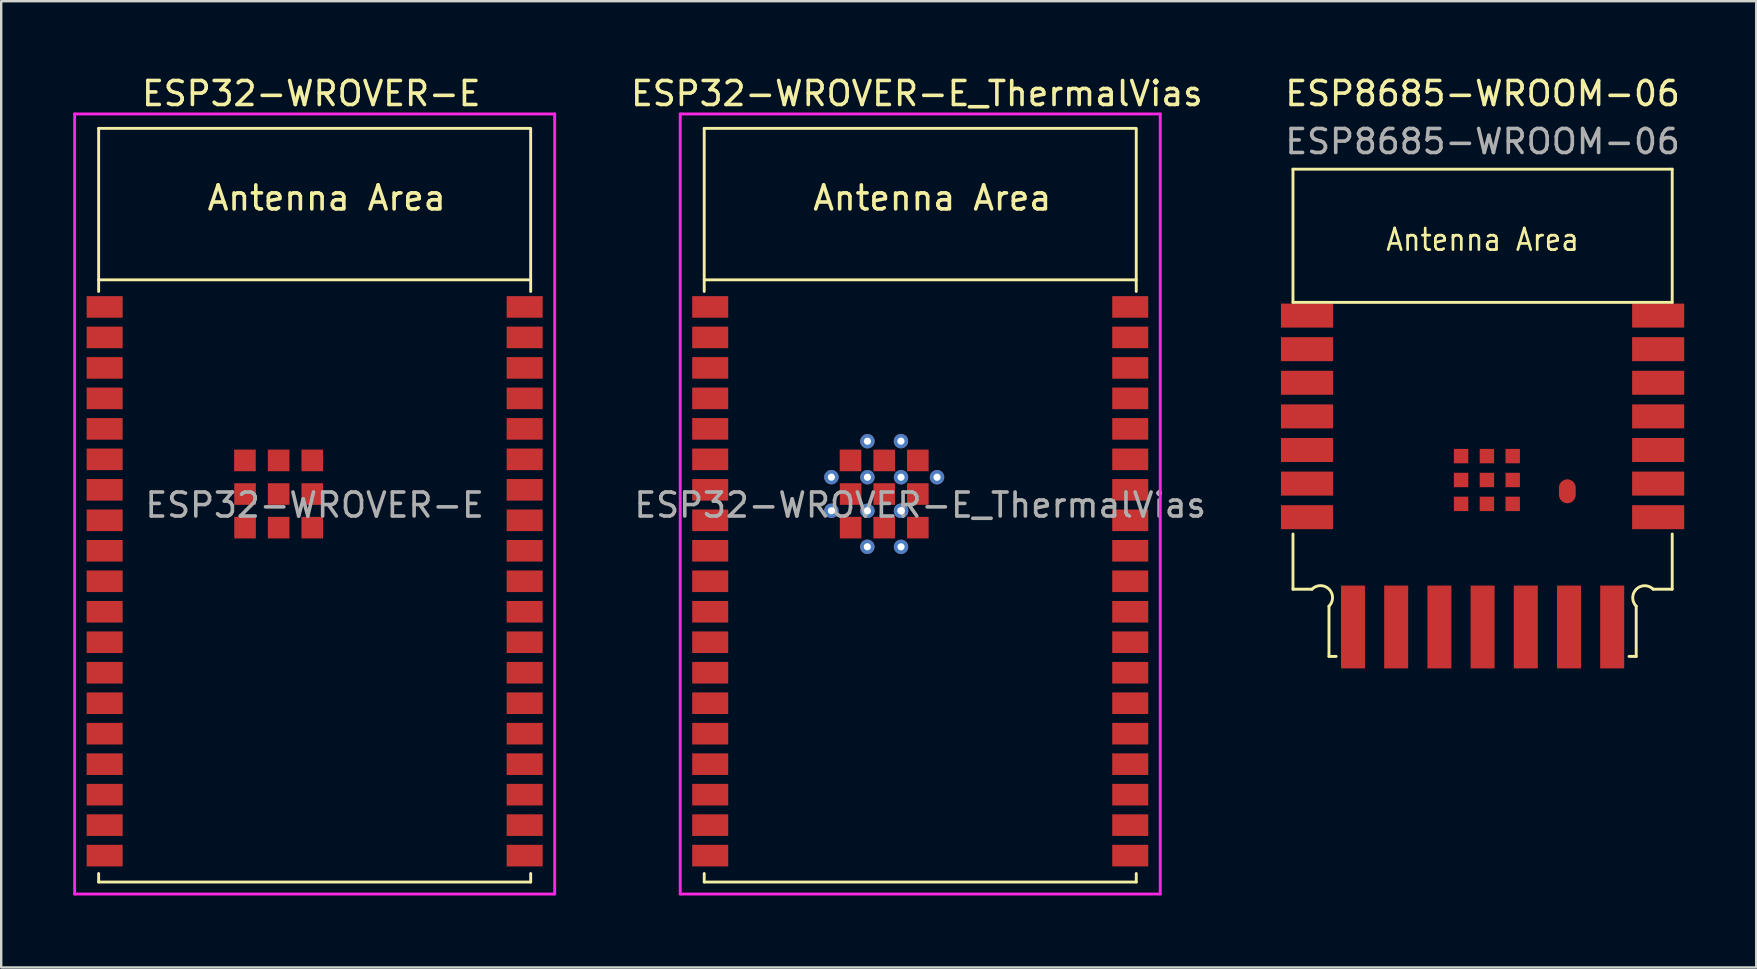
<source format=kicad_pcb>
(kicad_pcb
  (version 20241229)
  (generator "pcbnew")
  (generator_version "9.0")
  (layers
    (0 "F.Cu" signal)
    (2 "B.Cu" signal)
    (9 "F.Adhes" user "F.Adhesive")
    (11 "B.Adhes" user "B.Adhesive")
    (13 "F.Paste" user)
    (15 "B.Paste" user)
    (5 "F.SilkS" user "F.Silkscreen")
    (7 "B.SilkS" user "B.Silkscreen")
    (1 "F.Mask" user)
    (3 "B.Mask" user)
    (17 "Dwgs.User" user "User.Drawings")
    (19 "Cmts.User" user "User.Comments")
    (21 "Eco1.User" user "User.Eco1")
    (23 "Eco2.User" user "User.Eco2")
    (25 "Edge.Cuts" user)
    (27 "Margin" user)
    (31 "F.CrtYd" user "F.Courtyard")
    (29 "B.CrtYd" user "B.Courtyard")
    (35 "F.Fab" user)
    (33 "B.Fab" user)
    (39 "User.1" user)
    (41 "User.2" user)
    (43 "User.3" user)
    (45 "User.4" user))
  (footprint "ESP8685-WROOM-06"
    (layer "F.Cu")
    (at 58.72 14.148)
    (property "Reference" "ESP8685-WROOM-06" (at 0 -13.3 0) (unlocked yes) (layer "F.SilkS") (effects (font (size 1 1) (thickness 0.15))))
    (attr smd)
    (fp_line (start -7.9 -10.15) (end 7.9 -10.15) (stroke (width 0.12) (type solid)) (layer "F.SilkS"))
    (fp_line (start -7.9 7.35) (end -7.9 5.05) (stroke (width 0.12) (type solid)) (layer "F.SilkS"))
    (fp_line (start -7.9 -4.6) (end -7.9 -10.15) (stroke (width 0.12) (type solid)) (layer "F.SilkS"))
    (fp_line (start -7.9 -4.6) (end 7.9 -4.6) (stroke (width 0.12) (type default)) (layer "F.SilkS"))
    (fp_line (start -7.107 7.35) (end -7.9 7.35) (stroke (width 0.12) (type solid)) (layer "F.SilkS"))
    (fp_line (start -6.4 10.15) (end -6.4 8.057) (stroke (width 0.12) (type solid)) (layer "F.SilkS"))
    (fp_line (start -6.1 10.15) (end -6.4 10.15) (stroke (width 0.12) (type solid)) (layer "F.SilkS"))
    (fp_line (start 6.4 10.15) (end 6.1 10.15) (stroke (width 0.12) (type solid)) (layer "F.SilkS"))
    (fp_line (start 6.4 10.15) (end 6.4 8.057) (stroke (width 0.12) (type solid)) (layer "F.SilkS"))
    (fp_line (start 7.9 -4.6) (end 7.9 -10.15) (stroke (width 0.12) (type solid)) (layer "F.SilkS"))
    (fp_line (start 7.9 7.35) (end 7.107 7.35) (stroke (width 0.12) (type solid)) (layer "F.SilkS"))
    (fp_line (start 7.9 7.35) (end 7.9 5.05) (stroke (width 0.12) (type solid)) (layer "F.SilkS"))
    (fp_arc (start -7.107105 7.349993) (mid -6.399996 7.349991) (end -6.399998 8.0571) (stroke (width 0.12) (type solid)) (layer "F.SilkS"))
    (fp_arc (start 6.400002 8.0571) (mid 6.400002 7.349993) (end 7.107109 7.349993) (stroke (width 0.12) (type solid)) (layer "F.SilkS"))
    (fp_text user "Antenna Area" (at 0 -7.21 0) (layer "F.SilkS") (effects (font (size 0.9 0.81) (thickness 0.113))))
    (fp_text user "${REFERENCE}" (at 0 -11.3 0) (unlocked yes) (layer "F.Fab") (effects (font (size 1 1) (thickness 0.15))))
    (pad "1" smd rect (at -7.315 -4.05) (size 2.17 1) (layers "F.Cu" "F.Mask" "F.Paste"))
    (pad "2" smd rect (at -7.315 -2.65) (size 2.17 1) (layers "F.Cu" "F.Mask" "F.Paste"))
    (pad "3" smd rect (at -7.315 -1.25) (size 2.17 1) (layers "F.Cu" "F.Mask" "F.Paste"))
    (pad "4" smd rect (at -7.315 0.15) (size 2.17 1) (layers "F.Cu" "F.Mask" "F.Paste"))
    (pad "5" smd rect (at -7.315 1.55) (size 2.17 1) (layers "F.Cu" "F.Mask" "F.Paste"))
    (pad "6" smd rect (at -7.315 2.95) (size 2.17 1) (layers "F.Cu" "F.Mask" "F.Paste"))
    (pad "7" smd rect (at -7.315 4.35) (size 2.17 1) (layers "F.Cu" "F.Mask" "F.Paste"))
    (pad "8" smd rect (at -5.4 8.925) (size 1 3.45) (layers "F.Cu" "F.Mask" "F.Paste"))
    (pad "9" smd rect (at -3.6 8.925) (size 1 3.45) (layers "F.Cu" "F.Mask" "F.Paste"))
    (pad "10" smd rect (at -1.8 8.925) (size 1 3.45) (layers "F.Cu" "F.Mask" "F.Paste"))
    (pad "11" smd rect (at 0 8.925) (size 1 3.45) (layers "F.Cu" "F.Mask" "F.Paste"))
    (pad "12" smd rect (at 1.8 8.925) (size 1 3.45) (layers "F.Cu" "F.Mask" "F.Paste"))
    (pad "13" smd rect (at 3.6 8.925) (size 1 3.45) (layers "F.Cu" "F.Mask" "F.Paste"))
    (pad "14" smd rect (at 5.4 8.925) (size 1 3.45) (layers "F.Cu" "F.Mask" "F.Paste"))
    (pad "15" smd rect (at 7.315 4.35) (size 2.17 1) (layers "F.Cu" "F.Mask" "F.Paste"))
    (pad "16" smd rect (at 7.315 2.95) (size 2.17 1) (layers "F.Cu" "F.Mask" "F.Paste"))
    (pad "17" smd rect (at 7.315 1.55) (size 2.17 1) (layers "F.Cu" "F.Mask" "F.Paste"))
    (pad "18" smd rect (at 7.315 0.15) (size 2.17 1) (layers "F.Cu" "F.Mask" "F.Paste"))
    (pad "19" smd rect (at 7.315 -1.25) (size 2.17 1) (layers "F.Cu" "F.Mask" "F.Paste"))
    (pad "20" smd roundrect (at 3.53 3.27) (size 0.7 1) (layers "F.Cu" "F.Mask" "F.Paste") (roundrect_rratio 0.5))
    (pad "20" smd rect (at 7.315 -2.65) (size 2.17 1) (layers "F.Cu" "F.Mask" "F.Paste"))
    (pad "21" smd rect (at 7.315 -4.05) (size 2.17 1) (layers "F.Cu" "F.Mask" "F.Paste"))
    (pad "22" smd rect (at -0.895 1.805) (size 0.6 0.6) (layers "F.Cu" "F.Mask" "F.Paste"))
    (pad "22" smd rect (at -0.895 2.8) (size 0.6 0.6) (layers "F.Cu" "F.Mask" "F.Paste"))
    (pad "22" smd rect (at -0.895 3.795) (size 0.6 0.6) (layers "F.Cu" "F.Mask" "F.Paste"))
    (pad "22" smd rect (at 0.18 1.805) (size 0.6 0.6) (layers "F.Cu" "F.Mask" "F.Paste"))
    (pad "22" smd rect (at 0.18 2.8) (size 0.6 0.6) (layers "F.Cu" "F.Mask" "F.Paste"))
    (pad "22" smd rect (at 0.18 3.795) (size 0.6 0.6) (layers "F.Cu" "F.Mask" "F.Paste"))
    (pad "22" smd rect (at 1.255 1.805) (size 0.6 0.6) (layers "F.Cu" "F.Mask" "F.Paste"))
    (pad "22" smd rect (at 1.255 2.8) (size 0.6 0.6) (layers "F.Cu" "F.Mask" "F.Paste"))
    (pad "22" smd rect (at 1.255 3.795) (size 0.6 0.6) (layers "F.Cu" "F.Mask" "F.Paste")))
  (footprint "ESP32-WROVER-E"
    (layer "F.Cu")
    (at 10.06 17.993)
    (property "Reference" "ESP32-WROVER-E" (at -0.14 -17.145 0) (layer "F.SilkS") (effects (font (size 1 1) (thickness 0.15))))
    (attr smd)
    (fp_line (start -9 -15.695) (end -9 -8.9) (stroke (width 0.12) (type solid)) (layer "F.SilkS"))
    (fp_line (start -9 -9.385) (end 9 -9.385) (stroke (width 0.12) (type solid)) (layer "F.SilkS"))
    (fp_line (start -9 15.705) (end -9 15.35) (stroke (width 0.12) (type solid)) (layer "F.SilkS"))
    (fp_line (start -9 15.705) (end 9 15.705) (stroke (width 0.12) (type solid)) (layer "F.SilkS"))
    (fp_line (start 9 -15.695) (end -9 -15.695) (stroke (width 0.12) (type solid)) (layer "F.SilkS"))
    (fp_line (start 9 -15.65) (end 9 -8.9) (stroke (width 0.12) (type solid)) (layer "F.SilkS"))
    (fp_line (start 9 15.705) (end 9 15.35) (stroke (width 0.12) (type solid)) (layer "F.SilkS"))
    (fp_line (start -9 -15.695) (end -9 15.705) (stroke (width 0.12) (type solid)) (layer "Eco2.User"))
    (fp_line (start -9 -9.385) (end 9 -9.385) (stroke (width 0.12) (type solid)) (layer "Eco2.User"))
    (fp_line (start -9 15.705) (end 9 15.705) (stroke (width 0.12) (type solid)) (layer "Eco2.User"))
    (fp_line (start 9 -15.695) (end -9 -15.695) (stroke (width 0.12) (type solid)) (layer "Eco2.User"))
    (fp_line (start 9 15.705) (end 9 -15.695) (stroke (width 0.12) (type solid)) (layer "Eco2.User"))
    (fp_line (start -10 -16.295) (end 10 -16.295) (stroke (width 0.12) (type solid)) (layer "F.CrtYd"))
    (fp_line (start -10 16.205) (end -10 -16.295) (stroke (width 0.12) (type solid)) (layer "F.CrtYd"))
    (fp_line (start 10 -16.295) (end 10 16.205) (stroke (width 0.12) (type solid)) (layer "F.CrtYd"))
    (fp_line (start 10 16.205) (end -10 16.205) (stroke (width 0.12) (type solid)) (layer "F.CrtYd"))
    (fp_text user "Antenna Area" (at 0.5 -12.795 0) (unlocked yes) (layer "F.SilkS") (effects (font (size 1 1) (thickness 0.15))))
    (fp_text user "${REFERENCE}" (at 0 0 0) (layer "F.Fab") (effects (font (size 1 1) (thickness 0.15))))
    (pad "1" smd rect (at -8.75 -8.255) (size 1.5 0.9) (layers "F.Cu" "F.Mask" "F.Paste"))
    (pad "2" smd rect (at -8.75 -6.985) (size 1.5 0.9) (layers "F.Cu" "F.Mask" "F.Paste"))
    (pad "3" smd rect (at -8.75 -5.715) (size 1.5 0.9) (layers "F.Cu" "F.Mask" "F.Paste"))
    (pad "4" smd rect (at -8.75 -4.445) (size 1.5 0.9) (layers "F.Cu" "F.Mask" "F.Paste"))
    (pad "5" smd rect (at -8.75 -3.175) (size 1.5 0.9) (layers "F.Cu" "F.Mask" "F.Paste"))
    (pad "6" smd rect (at -8.75 -1.905) (size 1.5 0.9) (layers "F.Cu" "F.Mask" "F.Paste"))
    (pad "7" smd rect (at -8.75 -0.635) (size 1.5 0.9) (layers "F.Cu" "F.Mask" "F.Paste"))
    (pad "8" smd rect (at -8.75 0.635) (size 1.5 0.9) (layers "F.Cu" "F.Mask" "F.Paste"))
    (pad "9" smd rect (at -8.75 1.905) (size 1.5 0.9) (layers "F.Cu" "F.Mask" "F.Paste"))
    (pad "10" smd rect (at -8.75 3.175) (size 1.5 0.9) (layers "F.Cu" "F.Mask" "F.Paste"))
    (pad "11" smd rect (at -8.75 4.445) (size 1.5 0.9) (layers "F.Cu" "F.Mask" "F.Paste"))
    (pad "12" smd rect (at -8.75 5.715) (size 1.5 0.9) (layers "F.Cu" "F.Mask" "F.Paste"))
    (pad "13" smd rect (at -8.75 6.985) (size 1.5 0.9) (layers "F.Cu" "F.Mask" "F.Paste"))
    (pad "14" smd rect (at -8.75 8.255) (size 1.5 0.9) (layers "F.Cu" "F.Mask" "F.Paste"))
    (pad "15" smd rect (at -8.75 9.525) (size 1.5 0.9) (layers "F.Cu" "F.Mask" "F.Paste"))
    (pad "16" smd rect (at -8.75 10.795) (size 1.5 0.9) (layers "F.Cu" "F.Mask" "F.Paste"))
    (pad "17" smd rect (at -8.75 12.065) (size 1.5 0.9) (layers "F.Cu" "F.Mask" "F.Paste"))
    (pad "18" smd rect (at -8.75 13.335) (size 1.5 0.9) (layers "F.Cu" "F.Mask" "F.Paste"))
    (pad "19" smd rect (at -8.75 14.605) (size 1.5 0.9) (layers "F.Cu" "F.Mask" "F.Paste"))
    (pad "20" smd rect (at 8.75 14.605) (size 1.5 0.9) (layers "F.Cu" "F.Mask" "F.Paste"))
    (pad "21" smd rect (at 8.75 13.335) (size 1.5 0.9) (layers "F.Cu" "F.Mask" "F.Paste"))
    (pad "22" smd rect (at 8.75 12.065) (size 1.5 0.9) (layers "F.Cu" "F.Mask" "F.Paste"))
    (pad "23" smd rect (at 8.75 10.795) (size 1.5 0.9) (layers "F.Cu" "F.Mask" "F.Paste"))
    (pad "24" smd rect (at 8.75 9.525) (size 1.5 0.9) (layers "F.Cu" "F.Mask" "F.Paste"))
    (pad "25" smd rect (at 8.75 8.255) (size 1.5 0.9) (layers "F.Cu" "F.Mask" "F.Paste"))
    (pad "26" smd rect (at 8.75 6.985) (size 1.5 0.9) (layers "F.Cu" "F.Mask" "F.Paste"))
    (pad "27" smd rect (at 8.75 5.715) (size 1.5 0.9) (layers "F.Cu" "F.Mask" "F.Paste"))
    (pad "28" smd rect (at 8.75 4.445) (size 1.5 0.9) (layers "F.Cu" "F.Mask" "F.Paste"))
    (pad "29" smd rect (at 8.75 3.175) (size 1.5 0.9) (layers "F.Cu" "F.Mask" "F.Paste"))
    (pad "30" smd rect (at 8.75 1.905) (size 1.5 0.9) (layers "F.Cu" "F.Mask" "F.Paste"))
    (pad "31" smd rect (at 8.75 0.635) (size 1.5 0.9) (layers "F.Cu" "F.Mask" "F.Paste"))
    (pad "32" smd rect (at 8.75 -0.635) (size 1.5 0.9) (layers "F.Cu" "F.Mask" "F.Paste"))
    (pad "33" smd rect (at 8.75 -1.905) (size 1.5 0.9) (layers "F.Cu" "F.Mask" "F.Paste"))
    (pad "34" smd rect (at 8.75 -3.175) (size 1.5 0.9) (layers "F.Cu" "F.Mask" "F.Paste"))
    (pad "35" smd rect (at 8.75 -4.445) (size 1.5 0.9) (layers "F.Cu" "F.Mask" "F.Paste"))
    (pad "36" smd rect (at 8.75 -5.715) (size 1.5 0.9) (layers "F.Cu" "F.Mask" "F.Paste"))
    (pad "37" smd rect (at 8.75 -6.985) (size 1.5 0.9) (layers "F.Cu" "F.Mask" "F.Paste"))
    (pad "38" smd rect (at 8.75 -8.255) (size 1.5 0.9) (layers "F.Cu" "F.Mask" "F.Paste"))
    (pad "39" smd rect (at -2.905 -1.86) (size 0.9 0.9) (layers "F.Cu" "F.Mask" "F.Paste"))
    (pad "39" smd rect (at -2.9 -0.46) (size 0.9 0.9) (layers "F.Cu" "F.Mask" "F.Paste"))
    (pad "39" smd rect (at -2.9 0.94) (size 0.9 0.9) (layers "F.Cu" "F.Mask" "F.Paste"))
    (pad "39" smd rect (at -1.5 -1.86) (size 0.9 0.9) (layers "F.Cu" "F.Mask" "F.Paste"))
    (pad "39" smd rect (at -1.5 -0.46) (size 0.9 0.9) (layers "F.Cu" "F.Mask" "F.Paste"))
    (pad "39" smd rect (at -1.5 0.94) (size 0.9 0.9) (layers "F.Cu" "F.Mask" "F.Paste"))
    (pad "39" smd rect (at -0.1 -1.86) (size 0.9 0.9) (layers "F.Cu" "F.Mask" "F.Paste"))
    (pad "39" smd rect (at -0.1 -0.46) (size 0.9 0.9) (layers "F.Cu" "F.Mask" "F.Paste"))
    (pad "39" smd rect (at -0.1 0.94) (size 0.9 0.9) (layers "F.Cu" "F.Mask" "F.Paste"))
    (zone (net_name "") (layers "F.Cu" "B.Cu") (name "antenna keepout") (hatch edge 0.508) (connect_pads) (min_thickness 0.254) (filled_areas_thickness no) (keepout (tracks not_allowed) (vias not_allowed) (pads not_allowed) (copperpour not_allowed) (footprints not_allowed)) (placement (enabled no)) (fill) (polygon (pts (xy 19.06 8.598) (xy 1.06 8.598) (xy 1.06 2.298) (xy 19.06 2.298)))))
  (footprint "ESP32-WROVER-E_ThermalVias"
    (layer "F.Cu")
    (at 35.29 17.993)
    (property "Reference" "ESP32-WROVER-E_ThermalVias" (at -0.14 -17.145 0) (layer "F.SilkS") (effects (font (size 1 1) (thickness 0.15))))
    (attr smd)
    (fp_line (start -9 -15.695) (end -9 -8.9) (stroke (width 0.12) (type solid)) (layer "F.SilkS"))
    (fp_line (start -9 -9.385) (end 9 -9.385) (stroke (width 0.12) (type solid)) (layer "F.SilkS"))
    (fp_line (start -9 15.705) (end -9 15.35) (stroke (width 0.12) (type solid)) (layer "F.SilkS"))
    (fp_line (start -9 15.705) (end 9 15.705) (stroke (width 0.12) (type solid)) (layer "F.SilkS"))
    (fp_line (start 9 -15.695) (end -9 -15.695) (stroke (width 0.12) (type solid)) (layer "F.SilkS"))
    (fp_line (start 9 -15.65) (end 9 -8.9) (stroke (width 0.12) (type solid)) (layer "F.SilkS"))
    (fp_line (start 9 15.705) (end 9 15.35) (stroke (width 0.12) (type solid)) (layer "F.SilkS"))
    (fp_line (start -9 -15.695) (end -9 15.705) (stroke (width 0.12) (type solid)) (layer "Eco2.User"))
    (fp_line (start -9 -9.385) (end 9 -9.385) (stroke (width 0.12) (type solid)) (layer "Eco2.User"))
    (fp_line (start -9 15.705) (end 9 15.705) (stroke (width 0.12) (type solid)) (layer "Eco2.User"))
    (fp_line (start 9 -15.695) (end -9 -15.695) (stroke (width 0.12) (type solid)) (layer "Eco2.User"))
    (fp_line (start 9 15.705) (end 9 -15.695) (stroke (width 0.12) (type solid)) (layer "Eco2.User"))
    (fp_line (start -10 -16.295) (end 10 -16.295) (stroke (width 0.12) (type solid)) (layer "F.CrtYd"))
    (fp_line (start -10 16.205) (end -10 -16.295) (stroke (width 0.12) (type solid)) (layer "F.CrtYd"))
    (fp_line (start 10 -16.295) (end 10 16.205) (stroke (width 0.12) (type solid)) (layer "F.CrtYd"))
    (fp_line (start 10 16.205) (end -10 16.205) (stroke (width 0.12) (type solid)) (layer "F.CrtYd"))
    (fp_text user "Antenna Area" (at 0.5 -12.795 0) (unlocked yes) (layer "F.SilkS") (effects (font (size 1 1) (thickness 0.15))))
    (fp_text user "${REFERENCE}" (at 0 0 0) (layer "F.Fab") (effects (font (size 1 1) (thickness 0.15))))
    (pad "1" smd rect (at -8.75 -8.255) (size 1.5 0.9) (layers "F.Cu" "F.Mask" "F.Paste"))
    (pad "2" smd rect (at -8.75 -6.985) (size 1.5 0.9) (layers "F.Cu" "F.Mask" "F.Paste"))
    (pad "3" smd rect (at -8.75 -5.715) (size 1.5 0.9) (layers "F.Cu" "F.Mask" "F.Paste"))
    (pad "4" smd rect (at -8.75 -4.445) (size 1.5 0.9) (layers "F.Cu" "F.Mask" "F.Paste"))
    (pad "5" smd rect (at -8.75 -3.175) (size 1.5 0.9) (layers "F.Cu" "F.Mask" "F.Paste"))
    (pad "6" smd rect (at -8.75 -1.905) (size 1.5 0.9) (layers "F.Cu" "F.Mask" "F.Paste"))
    (pad "7" smd rect (at -8.75 -0.635) (size 1.5 0.9) (layers "F.Cu" "F.Mask" "F.Paste"))
    (pad "8" smd rect (at -8.75 0.635) (size 1.5 0.9) (layers "F.Cu" "F.Mask" "F.Paste"))
    (pad "9" smd rect (at -8.75 1.905) (size 1.5 0.9) (layers "F.Cu" "F.Mask" "F.Paste"))
    (pad "10" smd rect (at -8.75 3.175) (size 1.5 0.9) (layers "F.Cu" "F.Mask" "F.Paste"))
    (pad "11" smd rect (at -8.75 4.445) (size 1.5 0.9) (layers "F.Cu" "F.Mask" "F.Paste"))
    (pad "12" smd rect (at -8.75 5.715) (size 1.5 0.9) (layers "F.Cu" "F.Mask" "F.Paste"))
    (pad "13" smd rect (at -8.75 6.985) (size 1.5 0.9) (layers "F.Cu" "F.Mask" "F.Paste"))
    (pad "14" smd rect (at -8.75 8.255) (size 1.5 0.9) (layers "F.Cu" "F.Mask" "F.Paste"))
    (pad "15" smd rect (at -8.75 9.525) (size 1.5 0.9) (layers "F.Cu" "F.Mask" "F.Paste"))
    (pad "16" smd rect (at -8.75 10.795) (size 1.5 0.9) (layers "F.Cu" "F.Mask" "F.Paste"))
    (pad "17" smd rect (at -8.75 12.065) (size 1.5 0.9) (layers "F.Cu" "F.Mask" "F.Paste"))
    (pad "18" smd rect (at -8.75 13.335) (size 1.5 0.9) (layers "F.Cu" "F.Mask" "F.Paste"))
    (pad "19" smd rect (at -8.75 14.605) (size 1.5 0.9) (layers "F.Cu" "F.Mask" "F.Paste"))
    (pad "20" smd rect (at 8.75 14.605) (size 1.5 0.9) (layers "F.Cu" "F.Mask" "F.Paste"))
    (pad "21" smd rect (at 8.75 13.335) (size 1.5 0.9) (layers "F.Cu" "F.Mask" "F.Paste"))
    (pad "22" smd rect (at 8.75 12.065) (size 1.5 0.9) (layers "F.Cu" "F.Mask" "F.Paste"))
    (pad "23" smd rect (at 8.75 10.795) (size 1.5 0.9) (layers "F.Cu" "F.Mask" "F.Paste"))
    (pad "24" smd rect (at 8.75 9.525) (size 1.5 0.9) (layers "F.Cu" "F.Mask" "F.Paste"))
    (pad "25" smd rect (at 8.75 8.255) (size 1.5 0.9) (layers "F.Cu" "F.Mask" "F.Paste"))
    (pad "26" smd rect (at 8.75 6.985) (size 1.5 0.9) (layers "F.Cu" "F.Mask" "F.Paste"))
    (pad "27" smd rect (at 8.75 5.715) (size 1.5 0.9) (layers "F.Cu" "F.Mask" "F.Paste"))
    (pad "28" smd rect (at 8.75 4.445) (size 1.5 0.9) (layers "F.Cu" "F.Mask" "F.Paste"))
    (pad "29" smd rect (at 8.75 3.175) (size 1.5 0.9) (layers "F.Cu" "F.Mask" "F.Paste"))
    (pad "30" smd rect (at 8.75 1.905) (size 1.5 0.9) (layers "F.Cu" "F.Mask" "F.Paste"))
    (pad "31" smd rect (at 8.75 0.635) (size 1.5 0.9) (layers "F.Cu" "F.Mask" "F.Paste"))
    (pad "32" smd rect (at 8.75 -0.635) (size 1.5 0.9) (layers "F.Cu" "F.Mask" "F.Paste"))
    (pad "33" smd rect (at 8.75 -1.905) (size 1.5 0.9) (layers "F.Cu" "F.Mask" "F.Paste"))
    (pad "34" smd rect (at 8.75 -3.175) (size 1.5 0.9) (layers "F.Cu" "F.Mask" "F.Paste"))
    (pad "35" smd rect (at 8.75 -4.445) (size 1.5 0.9) (layers "F.Cu" "F.Mask" "F.Paste"))
    (pad "36" smd rect (at 8.75 -5.715) (size 1.5 0.9) (layers "F.Cu" "F.Mask" "F.Paste"))
    (pad "37" smd rect (at 8.75 -6.985) (size 1.5 0.9) (layers "F.Cu" "F.Mask" "F.Paste"))
    (pad "38" smd rect (at 8.75 -8.255) (size 1.5 0.9) (layers "F.Cu" "F.Mask" "F.Paste"))
    (pad "39" thru_hole circle (at -3.701 -1.163) (size 0.6 0.6) (drill 0.3) (layers "*.Cu" "*.Mask"))
    (pad "39" thru_hole circle (at -3.701 0.238) (size 0.6 0.6) (drill 0.3) (layers "*.Cu" "*.Mask"))
    (pad "39" smd rect (at -2.905 -1.86) (size 0.9 0.9) (layers "F.Cu" "F.Mask" "F.Paste"))
    (pad "39" smd rect (at -2.9 -0.46) (size 0.9 0.9) (layers "F.Cu" "F.Mask" "F.Paste"))
    (pad "39" smd rect (at -2.9 0.94) (size 0.9 0.9) (layers "F.Cu" "F.Mask" "F.Paste"))
    (pad "39" thru_hole circle (at -2.204 1.738) (size 0.6 0.6) (drill 0.3) (layers "*.Cu" "*.Mask"))
    (pad "39" thru_hole circle (at -2.2 -2.66) (size 0.6 0.6) (drill 0.3) (layers "*.Cu" "*.Mask"))
    (pad "39" thru_hole circle (at -2.2 -1.16) (size 0.6 0.6) (drill 0.3) (layers "*.Cu" "*.Mask"))
    (pad "39" thru_hole circle (at -2.2 0.24) (size 0.6 0.6) (drill 0.3) (layers "*.Cu" "*.Mask"))
    (pad "39" smd rect (at -1.5 -1.86) (size 0.9 0.9) (layers "F.Cu" "F.Mask" "F.Paste"))
    (pad "39" smd rect (at -1.5 -0.46) (size 0.9 0.9) (layers "F.Cu" "F.Mask" "F.Paste"))
    (pad "39" smd rect (at -1.5 0.94) (size 0.9 0.9) (layers "F.Cu" "F.Mask" "F.Paste"))
    (pad "39" thru_hole circle (at -0.803 -2.664) (size 0.6 0.6) (drill 0.3) (layers "*.Cu" "*.Mask"))
    (pad "39" thru_hole circle (at -0.8 -1.16) (size 0.6 0.6) (drill 0.3) (layers "*.Cu" "*.Mask"))
    (pad "39" thru_hole circle (at -0.8 0.24) (size 0.6 0.6) (drill 0.3) (layers "*.Cu" "*.Mask"))
    (pad "39" thru_hole circle (at -0.8 0.24) (size 0.6 0.6) (drill 0.3) (layers "*.Cu" "*.Mask"))
    (pad "39" thru_hole circle (at -0.8 1.74) (size 0.6 0.6) (drill 0.3) (layers "*.Cu" "*.Mask"))
    (pad "39" smd rect (at -0.1 -1.86) (size 0.9 0.9) (layers "F.Cu" "F.Mask" "F.Paste"))
    (pad "39" smd rect (at -0.1 -0.46) (size 0.9 0.9) (layers "F.Cu" "F.Mask" "F.Paste"))
    (pad "39" smd rect (at -0.1 0.94) (size 0.9 0.9) (layers "F.Cu" "F.Mask" "F.Paste"))
    (pad "39" thru_hole circle (at 0.7 -1.16) (size 0.6 0.6) (drill 0.3) (layers "*.Cu" "*.Mask"))
    (zone (net_name "") (layers "F.Cu" "B.Cu") (name "antenna keepout") (hatch edge 0.508) (connect_pads) (min_thickness 0.254) (filled_areas_thickness no) (keepout (tracks not_allowed) (vias not_allowed) (pads not_allowed) (copperpour not_allowed) (footprints not_allowed)) (placement (enabled no)) (fill) (polygon (pts (xy 44.29 8.598) (xy 26.29 8.598) (xy 26.29 2.298) (xy 44.29 2.298)))))
  (gr_rect
    (start -3 -3)
    (end 70.12 37.258)
    (stroke (width 0.1) (type default))
    (fill no)
    (layer "Edge.Cuts")))
</source>
